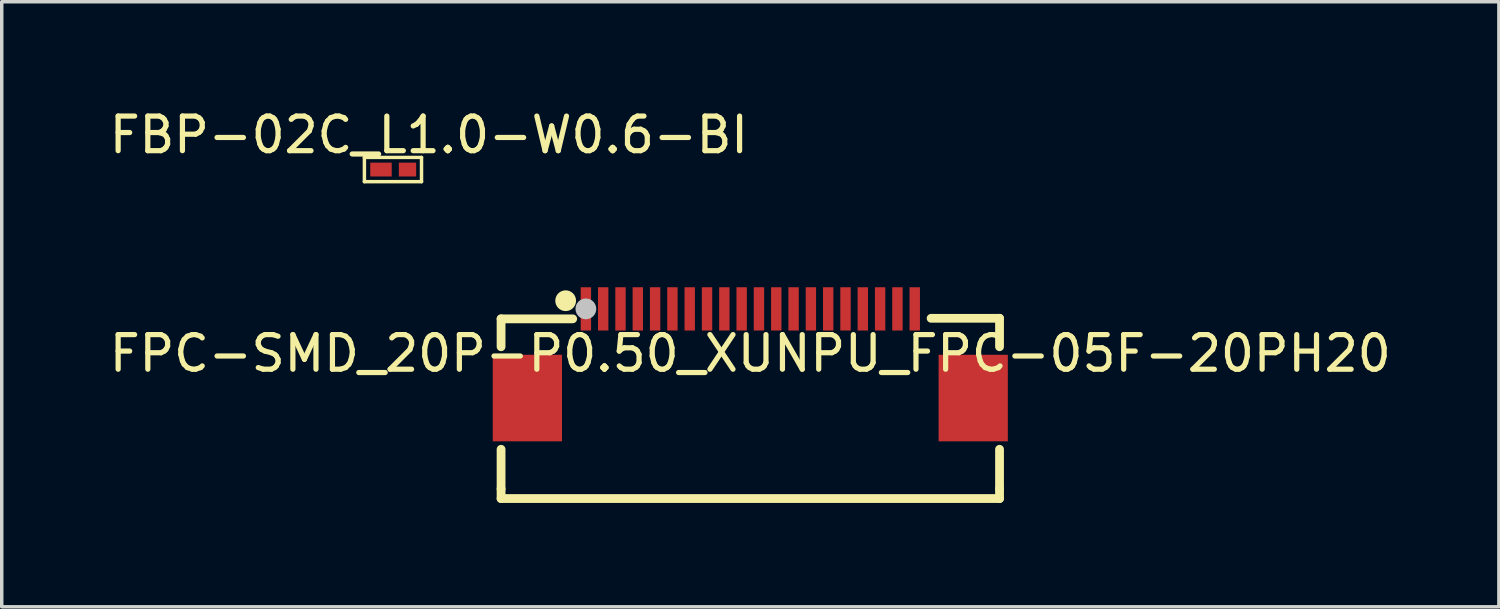
<source format=kicad_pcb>
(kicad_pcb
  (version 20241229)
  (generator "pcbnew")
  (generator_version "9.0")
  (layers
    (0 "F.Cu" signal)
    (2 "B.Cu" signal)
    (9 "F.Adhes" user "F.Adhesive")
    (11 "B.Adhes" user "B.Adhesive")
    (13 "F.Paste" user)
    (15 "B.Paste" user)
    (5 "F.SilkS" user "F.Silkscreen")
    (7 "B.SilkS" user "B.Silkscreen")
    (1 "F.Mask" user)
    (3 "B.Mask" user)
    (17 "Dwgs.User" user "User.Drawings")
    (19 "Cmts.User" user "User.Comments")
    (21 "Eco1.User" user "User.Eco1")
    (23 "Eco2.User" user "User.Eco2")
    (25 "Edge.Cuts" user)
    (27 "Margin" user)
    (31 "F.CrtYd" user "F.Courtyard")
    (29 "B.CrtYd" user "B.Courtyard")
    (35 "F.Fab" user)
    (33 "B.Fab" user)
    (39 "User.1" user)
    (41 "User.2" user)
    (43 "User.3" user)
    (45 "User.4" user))
  (footprint "FBP-02C_L1.0-W0.6-BI"
    (layer "F.Cu")
    (at 8.339 1.848)
    (property "Reference" "FBP-02C_L1.0-W0.6-BI" (at 1 -1 0) (layer "F.SilkS") (effects (font (size 1 1) (thickness 0.15))))
    (fp_line (start -0.862 -0.35) (end -0.862 0.35) (stroke (width 0.1) (type default)) (layer "F.SilkS"))
    (fp_line (start -0.862 -0.35) (end 0.788 -0.35) (stroke (width 0.1) (type default)) (layer "F.SilkS"))
    (fp_line (start -0.862 0.35) (end 0.788 0.35) (stroke (width 0.1) (type default)) (layer "F.SilkS"))
    (fp_line (start 0.788 -0.35) (end 0.788 0.35) (stroke (width 0.1) (type default)) (layer "F.SilkS"))
    (fp_poly (pts (xy -0.092 -0.16) (xy -0.092 0.16) (xy -0.472 0.16) (xy -0.472 -0.16)) (stroke (width 0.1) (type default)) (fill no) (layer "User.1"))
    (fp_poly (pts (xy 0.458 -0.135) (xy 0.458 0.135) (xy 0.158 0.135) (xy 0.158 -0.135)) (stroke (width 0.1) (type default)) (fill no) (layer "User.1"))
    (fp_line (start -0.512 -0.3) (end 0.488 -0.3) (stroke (width 0.051) (type default)) (layer "User.2"))
    (fp_line (start -0.512 0.3) (end -0.512 -0.3) (stroke (width 0.051) (type default)) (layer "User.2"))
    (fp_line (start 0.488 -0.3) (end 0.488 0.3) (stroke (width 0.051) (type default)) (layer "User.2"))
    (fp_line (start 0.488 0.3) (end -0.512 0.3) (stroke (width 0.051) (type default)) (layer "User.2"))
    (fp_poly (pts (xy -0.452 -0.3) (xy -0.47 -0.342) (xy -0.512 -0.36) (xy -0.554 -0.342) (xy -0.572 -0.3) (xy -0.554 -0.258) (xy -0.512 -0.24) (xy -0.47 -0.258)) (stroke (width 0.1) (type default)) (fill no) (layer "User.3"))
    (pad "1" smd rect (at -0.383 0) (size 0.62 0.4) (layers "F.Cu" "F.Mask" "F.Paste"))
    (pad "2" smd rect (at 0.383 0) (size 0.5 0.4) (layers "F.Cu" "F.Mask" "F.Paste")))
  (footprint "FPC-SMD_20P-P0.50_XUNPU_FPC-05F-20PH20"
    (layer "F.Cu")
    (at 18.625 7.161)
    (property "Reference" "FPC-SMD_20P-P0.50_XUNPU_FPC-05F-20PH20" (at 0 0 0) (layer "F.SilkS") (effects (font (size 1 1) (thickness 0.15))))
    (fp_line (start -7.2 -1) (end -5.131 -1) (stroke (width 0.254) (type default)) (layer "F.SilkS"))
    (fp_line (start -7.2 -0.194) (end -7.2 -1) (stroke (width 0.254) (type default)) (layer "F.SilkS"))
    (fp_line (start -7.2 3.913) (end -7.2 2.768) (stroke (width 0.254) (type default)) (layer "F.SilkS"))
    (fp_line (start -7.2 3.913) (end -7.2 4.191) (stroke (width 0.254) (type default)) (layer "F.SilkS"))
    (fp_line (start -7.2 4.191) (end 7.2 4.191) (stroke (width 0.254) (type default)) (layer "F.SilkS"))
    (fp_line (start 7.2 -1.016) (end 5.223 -1.016) (stroke (width 0.254) (type default)) (layer "F.SilkS"))
    (fp_line (start 7.2 -0.194) (end 7.2 -1.016) (stroke (width 0.254) (type default)) (layer "F.SilkS"))
    (fp_line (start 7.2 3.913) (end 7.2 2.768) (stroke (width 0.254) (type default)) (layer "F.SilkS"))
    (fp_line (start 7.2 3.913) (end 7.2 4.191) (stroke (width 0.254) (type default)) (layer "F.SilkS"))
    (fp_circle (center -5.334 -1.524) (end -5.184 -1.524) (stroke (width 0.3) (type default)) (fill no) (layer "F.SilkS"))
    (fp_circle (center -4.75 -1.288) (end -4.6 -1.288) (stroke (width 0.3) (type default)) (fill no) (layer "Dwgs.User"))
    (fp_poly (pts (xy -7.2 1.788) (xy -7.2 0.787) (xy -6 0.787) (xy -6 1.788)) (stroke (width 0.1) (type default)) (fill no) (layer "User.1"))
    (fp_poly (pts (xy -4.825 -1.663) (xy -4.675 -1.663) (xy -4.675 -0.912) (xy -4.825 -0.912)) (stroke (width 0.1) (type default)) (fill no) (layer "User.1"))
    (fp_poly (pts (xy -4.325 -1.663) (xy -4.175 -1.663) (xy -4.175 -0.912) (xy -4.325 -0.912)) (stroke (width 0.1) (type default)) (fill no) (layer "User.1"))
    (fp_poly (pts (xy -3.825 -1.663) (xy -3.675 -1.663) (xy -3.675 -0.912) (xy -3.825 -0.912)) (stroke (width 0.1) (type default)) (fill no) (layer "User.1"))
    (fp_poly (pts (xy -3.325 -1.663) (xy -3.175 -1.663) (xy -3.175 -0.912) (xy -3.325 -0.912)) (stroke (width 0.1) (type default)) (fill no) (layer "User.1"))
    (fp_poly (pts (xy -2.825 -1.663) (xy -2.675 -1.663) (xy -2.675 -0.912) (xy -2.825 -0.912)) (stroke (width 0.1) (type default)) (fill no) (layer "User.1"))
    (fp_poly (pts (xy -2.325 -1.663) (xy -2.175 -1.663) (xy -2.175 -0.912) (xy -2.325 -0.912)) (stroke (width 0.1) (type default)) (fill no) (layer "User.1"))
    (fp_poly (pts (xy -1.825 -1.663) (xy -1.675 -1.663) (xy -1.675 -0.912) (xy -1.825 -0.912)) (stroke (width 0.1) (type default)) (fill no) (layer "User.1"))
    (fp_poly (pts (xy -1.325 -1.663) (xy -1.175 -1.663) (xy -1.175 -0.912) (xy -1.325 -0.912)) (stroke (width 0.1) (type default)) (fill no) (layer "User.1"))
    (fp_poly (pts (xy -0.825 -1.663) (xy -0.675 -1.663) (xy -0.675 -0.912) (xy -0.825 -0.912)) (stroke (width 0.1) (type default)) (fill no) (layer "User.1"))
    (fp_poly (pts (xy -0.325 -1.663) (xy -0.175 -1.663) (xy -0.175 -0.912) (xy -0.325 -0.912)) (stroke (width 0.1) (type default)) (fill no) (layer "User.1"))
    (fp_poly (pts (xy 0.175 -1.663) (xy 0.325 -1.663) (xy 0.325 -0.912) (xy 0.175 -0.912)) (stroke (width 0.1) (type default)) (fill no) (layer "User.1"))
    (fp_poly (pts (xy 0.675 -1.663) (xy 0.825 -1.663) (xy 0.825 -0.912) (xy 0.675 -0.912)) (stroke (width 0.1) (type default)) (fill no) (layer "User.1"))
    (fp_poly (pts (xy 1.175 -1.663) (xy 1.325 -1.663) (xy 1.325 -0.912) (xy 1.175 -0.912)) (stroke (width 0.1) (type default)) (fill no) (layer "User.1"))
    (fp_poly (pts (xy 1.675 -1.663) (xy 1.825 -1.663) (xy 1.825 -0.912) (xy 1.675 -0.912)) (stroke (width 0.1) (type default)) (fill no) (layer "User.1"))
    (fp_poly (pts (xy 2.175 -1.663) (xy 2.325 -1.663) (xy 2.325 -0.912) (xy 2.175 -0.912)) (stroke (width 0.1) (type default)) (fill no) (layer "User.1"))
    (fp_poly (pts (xy 2.675 -1.663) (xy 2.825 -1.663) (xy 2.825 -0.912) (xy 2.675 -0.912)) (stroke (width 0.1) (type default)) (fill no) (layer "User.1"))
    (fp_poly (pts (xy 3.175 -1.663) (xy 3.325 -1.663) (xy 3.325 -0.912) (xy 3.175 -0.912)) (stroke (width 0.1) (type default)) (fill no) (layer "User.1"))
    (fp_poly (pts (xy 3.675 -1.663) (xy 3.825 -1.663) (xy 3.825 -0.912) (xy 3.675 -0.912)) (stroke (width 0.1) (type default)) (fill no) (layer "User.1"))
    (fp_poly (pts (xy 4.175 -1.663) (xy 4.325 -1.663) (xy 4.325 -0.912) (xy 4.175 -0.912)) (stroke (width 0.1) (type default)) (fill no) (layer "User.1"))
    (fp_poly (pts (xy 4.675 -1.663) (xy 4.825 -1.663) (xy 4.825 -0.912) (xy 4.675 -0.912)) (stroke (width 0.1) (type default)) (fill no) (layer "User.1"))
    (fp_poly (pts (xy 6 1.788) (xy 6 0.787) (xy 7.2 0.787) (xy 7.2 1.788)) (stroke (width 0.1) (type default)) (fill no) (layer "User.1"))
    (fp_line (start -7.2 -0.963) (end 7.2 -0.963) (stroke (width 0.051) (type default)) (layer "User.2"))
    (fp_line (start -7.2 4.157) (end -7.2 -0.963) (stroke (width 0.051) (type default)) (layer "User.2"))
    (fp_line (start 7.2 -0.963) (end 7.2 4.157) (stroke (width 0.051) (type default)) (layer "User.2"))
    (fp_line (start 7.2 4.157) (end -7.2 4.157) (stroke (width 0.051) (type default)) (layer "User.2"))
    (fp_poly (pts (xy -7.14 -1.663) (xy -7.158 -1.705) (xy -7.2 -1.722) (xy -7.242 -1.705) (xy -7.26 -1.663) (xy -7.242 -1.62) (xy -7.2 -1.603) (xy -7.158 -1.62)) (stroke (width 0.1) (type default)) (fill no) (layer "User.3"))
    (pad "1" smd rect (at -4.75 -1.288) (size 0.3 1.25) (layers "F.Cu" "F.Mask" "F.Paste"))
    (pad "2" smd rect (at -4.25 -1.288) (size 0.3 1.25) (layers "F.Cu" "F.Mask" "F.Paste"))
    (pad "3" smd rect (at -3.75 -1.288) (size 0.3 1.25) (layers "F.Cu" "F.Mask" "F.Paste"))
    (pad "4" smd rect (at -3.25 -1.288) (size 0.3 1.25) (layers "F.Cu" "F.Mask" "F.Paste"))
    (pad "5" smd rect (at -2.75 -1.288) (size 0.3 1.25) (layers "F.Cu" "F.Mask" "F.Paste"))
    (pad "6" smd rect (at -2.25 -1.288) (size 0.3 1.25) (layers "F.Cu" "F.Mask" "F.Paste"))
    (pad "7" smd rect (at -1.75 -1.288) (size 0.3 1.25) (layers "F.Cu" "F.Mask" "F.Paste"))
    (pad "8" smd rect (at -1.25 -1.288) (size 0.3 1.25) (layers "F.Cu" "F.Mask" "F.Paste"))
    (pad "9" smd rect (at -0.75 -1.288) (size 0.3 1.25) (layers "F.Cu" "F.Mask" "F.Paste"))
    (pad "10" smd rect (at -0.25 -1.288) (size 0.3 1.25) (layers "F.Cu" "F.Mask" "F.Paste"))
    (pad "11" smd rect (at 0.25 -1.288) (size 0.3 1.25) (layers "F.Cu" "F.Mask" "F.Paste"))
    (pad "12" smd rect (at 0.75 -1.288) (size 0.3 1.25) (layers "F.Cu" "F.Mask" "F.Paste"))
    (pad "13" smd rect (at 1.25 -1.288) (size 0.3 1.25) (layers "F.Cu" "F.Mask" "F.Paste"))
    (pad "14" smd rect (at 1.75 -1.288) (size 0.3 1.25) (layers "F.Cu" "F.Mask" "F.Paste"))
    (pad "15" smd rect (at 2.25 -1.288) (size 0.3 1.25) (layers "F.Cu" "F.Mask" "F.Paste"))
    (pad "16" smd rect (at 2.75 -1.288) (size 0.3 1.25) (layers "F.Cu" "F.Mask" "F.Paste"))
    (pad "17" smd rect (at 3.25 -1.288) (size 0.3 1.25) (layers "F.Cu" "F.Mask" "F.Paste"))
    (pad "18" smd rect (at 3.75 -1.288) (size 0.3 1.25) (layers "F.Cu" "F.Mask" "F.Paste"))
    (pad "19" smd rect (at 4.25 -1.288) (size 0.3 1.25) (layers "F.Cu" "F.Mask" "F.Paste"))
    (pad "20" smd rect (at 4.75 -1.288) (size 0.3 1.25) (layers "F.Cu" "F.Mask" "F.Paste"))
    (pad "21" smd rect (at 6.44 1.288) (size 2 2.5) (layers "F.Cu" "F.Mask" "F.Paste"))
    (pad "22" smd rect (at -6.44 1.288) (size 2 2.5) (layers "F.Cu" "F.Mask" "F.Paste")))
  (gr_rect
    (start -3 -3)
    (end 40.25 14.479)
    (stroke (width 0.1) (type default))
    (fill no)
    (layer "Edge.Cuts")))
</source>
